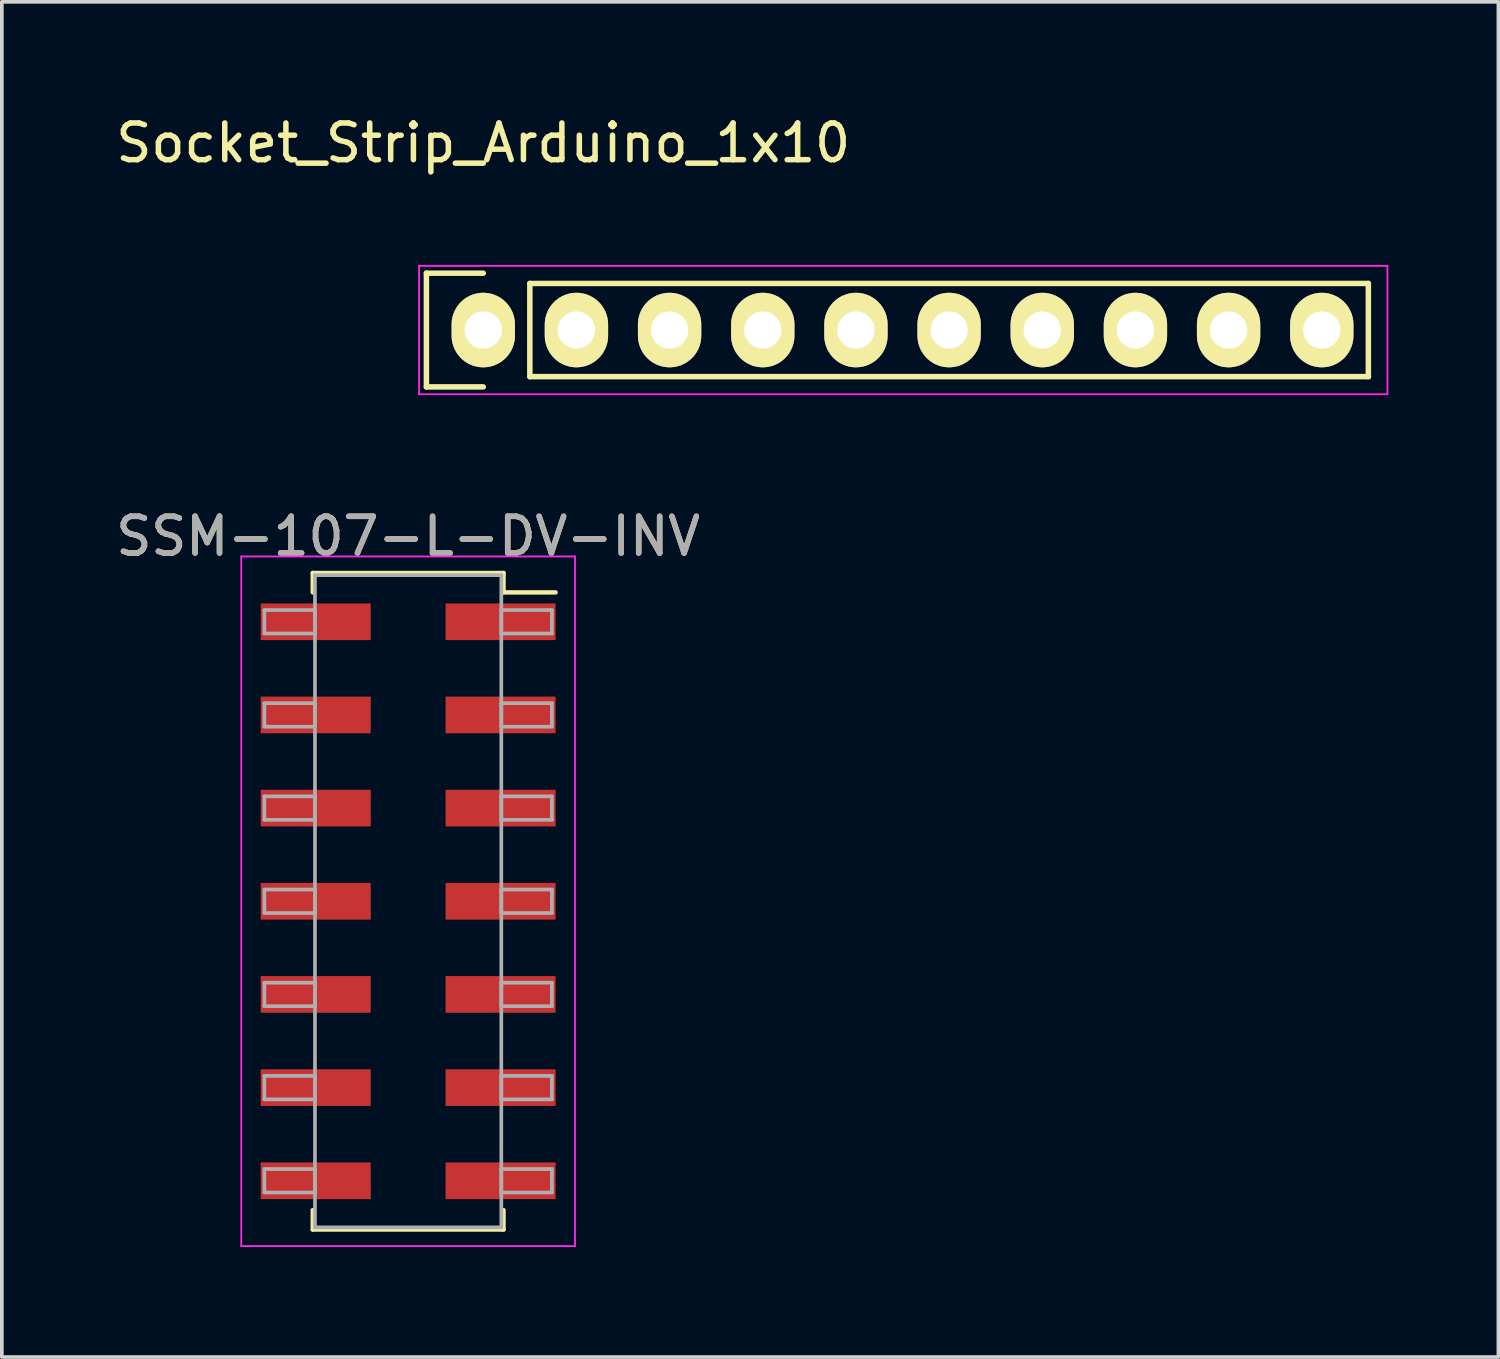
<source format=kicad_pcb>
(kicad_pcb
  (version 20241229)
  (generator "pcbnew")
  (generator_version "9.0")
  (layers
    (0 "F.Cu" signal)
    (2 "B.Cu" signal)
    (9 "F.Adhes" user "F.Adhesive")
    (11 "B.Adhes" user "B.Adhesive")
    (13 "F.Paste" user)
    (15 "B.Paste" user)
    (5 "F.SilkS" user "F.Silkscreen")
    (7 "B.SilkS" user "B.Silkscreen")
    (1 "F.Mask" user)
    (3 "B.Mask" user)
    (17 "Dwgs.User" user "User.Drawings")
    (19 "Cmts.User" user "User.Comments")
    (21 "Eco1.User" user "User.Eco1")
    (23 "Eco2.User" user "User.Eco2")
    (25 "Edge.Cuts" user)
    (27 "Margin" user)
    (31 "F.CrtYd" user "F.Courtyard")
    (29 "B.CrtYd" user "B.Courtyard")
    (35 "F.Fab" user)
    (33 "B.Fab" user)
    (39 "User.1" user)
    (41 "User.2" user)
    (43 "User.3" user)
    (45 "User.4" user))
  (footprint "Socket_Strip_Arduino_1x10"
    (layer "F.Cu")
    (at 10.125 5.948)
    (property "Reference" "Socket_Strip_Arduino_1x10" (at 0 -5.1 0) (layer "F.SilkS") (effects (font (size 1 1) (thickness 0.15))))
    (attr through_hole)
    (fp_line (start -1.55 -1.55) (end -1.55 1.55) (stroke (width 0.15) (type solid)) (layer "F.SilkS"))
    (fp_line (start -1.55 1.55) (end 0 1.55) (stroke (width 0.15) (type solid)) (layer "F.SilkS"))
    (fp_line (start 0 -1.55) (end -1.55 -1.55) (stroke (width 0.15) (type solid)) (layer "F.SilkS"))
    (fp_line (start 1.27 1.27) (end 1.27 -1.27) (stroke (width 0.15) (type solid)) (layer "F.SilkS"))
    (fp_line (start 1.27 1.27) (end 24.13 1.27) (stroke (width 0.15) (type solid)) (layer "F.SilkS"))
    (fp_line (start 24.13 -1.27) (end 1.27 -1.27) (stroke (width 0.15) (type solid)) (layer "F.SilkS"))
    (fp_line (start 24.13 1.27) (end 24.13 -1.27) (stroke (width 0.15) (type solid)) (layer "F.SilkS"))
    (fp_line (start -1.75 -1.75) (end -1.75 1.75) (stroke (width 0.05) (type solid)) (layer "F.CrtYd"))
    (fp_line (start -1.75 -1.75) (end 24.65 -1.75) (stroke (width 0.05) (type solid)) (layer "F.CrtYd"))
    (fp_line (start -1.75 1.75) (end 24.65 1.75) (stroke (width 0.05) (type solid)) (layer "F.CrtYd"))
    (fp_line (start 24.65 -1.75) (end 24.65 1.75) (stroke (width 0.05) (type solid)) (layer "F.CrtYd"))
    (pad "1" thru_hole oval (at 0 0) (size 1.727 2.032) (drill 1.016) (layers "*.Cu" "*.Mask" "F.SilkS"))
    (pad "2" thru_hole oval (at 2.54 0) (size 1.727 2.032) (drill 1.016) (layers "*.Cu" "*.Mask" "F.SilkS"))
    (pad "3" thru_hole oval (at 5.08 0) (size 1.727 2.032) (drill 1.016) (layers "*.Cu" "*.Mask" "F.SilkS"))
    (pad "4" thru_hole oval (at 7.62 0) (size 1.727 2.032) (drill 1.016) (layers "*.Cu" "*.Mask" "F.SilkS"))
    (pad "5" thru_hole oval (at 10.16 0) (size 1.727 2.032) (drill 1.016) (layers "*.Cu" "*.Mask" "F.SilkS"))
    (pad "6" thru_hole oval (at 12.7 0) (size 1.727 2.032) (drill 1.016) (layers "*.Cu" "*.Mask" "F.SilkS"))
    (pad "7" thru_hole oval (at 15.24 0) (size 1.727 2.032) (drill 1.016) (layers "*.Cu" "*.Mask" "F.SilkS"))
    (pad "8" thru_hole oval (at 17.78 0) (size 1.727 2.032) (drill 1.016) (layers "*.Cu" "*.Mask" "F.SilkS"))
    (pad "9" thru_hole oval (at 20.32 0) (size 1.727 2.032) (drill 1.016) (layers "*.Cu" "*.Mask" "F.SilkS"))
    (pad "10" thru_hole oval (at 22.86 0) (size 1.727 2.032) (drill 1.016) (layers "*.Cu" "*.Mask" "F.SilkS")))
  (footprint "SSM-107-L-DV-INV"
    (layer "F.Cu")
    (at 8.077 21.521)
    (property "Reference" "SSM-107-L-DV-INV" (at 0 -9.95 0) (layer "F.SilkS") (effects (font (size 1 1) (thickness 0.15))))
    (attr smd)
    (fp_line (start -2.6 -8.95) (end 2.6 -8.95) (stroke (width 0.12) (type solid)) (layer "F.SilkS"))
    (fp_line (start -2.6 -8.42) (end -2.6 -8.95) (stroke (width 0.12) (type solid)) (layer "F.SilkS"))
    (fp_line (start -2.6 8.42) (end -2.6 8.95) (stroke (width 0.12) (type solid)) (layer "F.SilkS"))
    (fp_line (start -2.6 8.95) (end 2.6 8.95) (stroke (width 0.12) (type solid)) (layer "F.SilkS"))
    (fp_line (start 2.6 -8.95) (end 2.6 -8.42) (stroke (width 0.12) (type solid)) (layer "F.SilkS"))
    (fp_line (start 2.6 8.95) (end 2.6 8.42) (stroke (width 0.12) (type solid)) (layer "F.SilkS"))
    (fp_line (start 4.02 -8.42) (end 2.6 -8.42) (stroke (width 0.12) (type solid)) (layer "F.SilkS"))
    (fp_line (start -4.55 -9.4) (end -4.55 9.4) (stroke (width 0.05) (type solid)) (layer "F.CrtYd"))
    (fp_line (start -4.55 9.4) (end 4.55 9.4) (stroke (width 0.05) (type solid)) (layer "F.CrtYd"))
    (fp_line (start 4.55 -9.4) (end -4.55 -9.4) (stroke (width 0.05) (type solid)) (layer "F.CrtYd"))
    (fp_line (start 4.55 9.4) (end 4.55 -9.4) (stroke (width 0.05) (type solid)) (layer "F.CrtYd"))
    (fp_line (start -3.92 -7.94) (end -2.54 -7.94) (stroke (width 0.1) (type solid)) (layer "F.Fab"))
    (fp_line (start -3.92 -7.3) (end -3.92 -7.94) (stroke (width 0.1) (type solid)) (layer "F.Fab"))
    (fp_line (start -3.92 -5.4) (end -2.54 -5.4) (stroke (width 0.1) (type solid)) (layer "F.Fab"))
    (fp_line (start -3.92 -4.76) (end -3.92 -5.4) (stroke (width 0.1) (type solid)) (layer "F.Fab"))
    (fp_line (start -3.92 -2.86) (end -2.54 -2.86) (stroke (width 0.1) (type solid)) (layer "F.Fab"))
    (fp_line (start -3.92 -2.22) (end -3.92 -2.86) (stroke (width 0.1) (type solid)) (layer "F.Fab"))
    (fp_line (start -3.92 -0.32) (end -2.54 -0.32) (stroke (width 0.1) (type solid)) (layer "F.Fab"))
    (fp_line (start -3.92 0.32) (end -3.92 -0.32) (stroke (width 0.1) (type solid)) (layer "F.Fab"))
    (fp_line (start -3.92 2.22) (end -2.54 2.22) (stroke (width 0.1) (type solid)) (layer "F.Fab"))
    (fp_line (start -3.92 2.86) (end -3.92 2.22) (stroke (width 0.1) (type solid)) (layer "F.Fab"))
    (fp_line (start -3.92 4.76) (end -2.54 4.76) (stroke (width 0.1) (type solid)) (layer "F.Fab"))
    (fp_line (start -3.92 5.4) (end -3.92 4.76) (stroke (width 0.1) (type solid)) (layer "F.Fab"))
    (fp_line (start -3.92 7.3) (end -2.54 7.3) (stroke (width 0.1) (type solid)) (layer "F.Fab"))
    (fp_line (start -3.92 7.94) (end -3.92 7.3) (stroke (width 0.1) (type solid)) (layer "F.Fab"))
    (fp_line (start -2.54 -8.89) (end -2.54 8.89) (stroke (width 0.1) (type solid)) (layer "F.Fab"))
    (fp_line (start -2.54 -7.94) (end -2.54 -7.3) (stroke (width 0.1) (type solid)) (layer "F.Fab"))
    (fp_line (start -2.54 -7.3) (end -3.92 -7.3) (stroke (width 0.1) (type solid)) (layer "F.Fab"))
    (fp_line (start -2.54 -5.4) (end -2.54 -4.76) (stroke (width 0.1) (type solid)) (layer "F.Fab"))
    (fp_line (start -2.54 -4.76) (end -3.92 -4.76) (stroke (width 0.1) (type solid)) (layer "F.Fab"))
    (fp_line (start -2.54 -2.86) (end -2.54 -2.22) (stroke (width 0.1) (type solid)) (layer "F.Fab"))
    (fp_line (start -2.54 -2.22) (end -3.92 -2.22) (stroke (width 0.1) (type solid)) (layer "F.Fab"))
    (fp_line (start -2.54 -0.32) (end -2.54 0.32) (stroke (width 0.1) (type solid)) (layer "F.Fab"))
    (fp_line (start -2.54 0.32) (end -3.92 0.32) (stroke (width 0.1) (type solid)) (layer "F.Fab"))
    (fp_line (start -2.54 2.22) (end -2.54 2.86) (stroke (width 0.1) (type solid)) (layer "F.Fab"))
    (fp_line (start -2.54 2.86) (end -3.92 2.86) (stroke (width 0.1) (type solid)) (layer "F.Fab"))
    (fp_line (start -2.54 4.76) (end -2.54 5.4) (stroke (width 0.1) (type solid)) (layer "F.Fab"))
    (fp_line (start -2.54 5.4) (end -3.92 5.4) (stroke (width 0.1) (type solid)) (layer "F.Fab"))
    (fp_line (start -2.54 7.3) (end -2.54 7.94) (stroke (width 0.1) (type solid)) (layer "F.Fab"))
    (fp_line (start -2.54 7.94) (end -3.92 7.94) (stroke (width 0.1) (type solid)) (layer "F.Fab"))
    (fp_line (start -2.54 8.89) (end 2.54 8.89) (stroke (width 0.1) (type solid)) (layer "F.Fab"))
    (fp_line (start 2.54 -8.89) (end -2.54 -8.89) (stroke (width 0.1) (type solid)) (layer "F.Fab"))
    (fp_line (start 2.54 -7.94) (end 2.54 -7.3) (stroke (width 0.1) (type solid)) (layer "F.Fab"))
    (fp_line (start 2.54 -7.3) (end 3.92 -7.3) (stroke (width 0.1) (type solid)) (layer "F.Fab"))
    (fp_line (start 2.54 -5.4) (end 2.54 -4.76) (stroke (width 0.1) (type solid)) (layer "F.Fab"))
    (fp_line (start 2.54 -4.76) (end 3.92 -4.76) (stroke (width 0.1) (type solid)) (layer "F.Fab"))
    (fp_line (start 2.54 -2.86) (end 2.54 -2.22) (stroke (width 0.1) (type solid)) (layer "F.Fab"))
    (fp_line (start 2.54 -2.22) (end 3.92 -2.22) (stroke (width 0.1) (type solid)) (layer "F.Fab"))
    (fp_line (start 2.54 -0.32) (end 2.54 0.32) (stroke (width 0.1) (type solid)) (layer "F.Fab"))
    (fp_line (start 2.54 0.32) (end 3.92 0.32) (stroke (width 0.1) (type solid)) (layer "F.Fab"))
    (fp_line (start 2.54 2.22) (end 2.54 2.86) (stroke (width 0.1) (type solid)) (layer "F.Fab"))
    (fp_line (start 2.54 2.86) (end 3.92 2.86) (stroke (width 0.1) (type solid)) (layer "F.Fab"))
    (fp_line (start 2.54 4.76) (end 2.54 5.4) (stroke (width 0.1) (type solid)) (layer "F.Fab"))
    (fp_line (start 2.54 5.4) (end 3.92 5.4) (stroke (width 0.1) (type solid)) (layer "F.Fab"))
    (fp_line (start 2.54 7.3) (end 2.54 7.94) (stroke (width 0.1) (type solid)) (layer "F.Fab"))
    (fp_line (start 2.54 7.94) (end 3.92 7.94) (stroke (width 0.1) (type solid)) (layer "F.Fab"))
    (fp_line (start 2.54 8.89) (end 2.54 -8.89) (stroke (width 0.1) (type solid)) (layer "F.Fab"))
    (fp_line (start 3.92 -7.94) (end 2.54 -7.94) (stroke (width 0.1) (type solid)) (layer "F.Fab"))
    (fp_line (start 3.92 -7.3) (end 3.92 -7.94) (stroke (width 0.1) (type solid)) (layer "F.Fab"))
    (fp_line (start 3.92 -5.4) (end 2.54 -5.4) (stroke (width 0.1) (type solid)) (layer "F.Fab"))
    (fp_line (start 3.92 -4.76) (end 3.92 -5.4) (stroke (width 0.1) (type solid)) (layer "F.Fab"))
    (fp_line (start 3.92 -2.86) (end 2.54 -2.86) (stroke (width 0.1) (type solid)) (layer "F.Fab"))
    (fp_line (start 3.92 -2.22) (end 3.92 -2.86) (stroke (width 0.1) (type solid)) (layer "F.Fab"))
    (fp_line (start 3.92 -0.32) (end 2.54 -0.32) (stroke (width 0.1) (type solid)) (layer "F.Fab"))
    (fp_line (start 3.92 0.32) (end 3.92 -0.32) (stroke (width 0.1) (type solid)) (layer "F.Fab"))
    (fp_line (start 3.92 2.22) (end 2.54 2.22) (stroke (width 0.1) (type solid)) (layer "F.Fab"))
    (fp_line (start 3.92 2.86) (end 3.92 2.22) (stroke (width 0.1) (type solid)) (layer "F.Fab"))
    (fp_line (start 3.92 4.76) (end 2.54 4.76) (stroke (width 0.1) (type solid)) (layer "F.Fab"))
    (fp_line (start 3.92 5.4) (end 3.92 4.76) (stroke (width 0.1) (type solid)) (layer "F.Fab"))
    (fp_line (start 3.92 7.3) (end 2.54 7.3) (stroke (width 0.1) (type solid)) (layer "F.Fab"))
    (fp_line (start 3.92 7.94) (end 3.92 7.3) (stroke (width 0.1) (type solid)) (layer "F.Fab"))
    (fp_text user "${REFERENCE}" (at 0 -9.95 0) (layer "F.Fab") (effects (font (size 1 1) (thickness 0.15))))
    (pad "1" smd rect (at -2.52 -7.62) (size 3 1) (layers "F.Cu" "F.Mask" "F.Paste"))
    (pad "2" smd rect (at 2.52 -7.62) (size 3 1) (layers "F.Cu" "F.Mask" "F.Paste"))
    (pad "3" smd rect (at -2.52 -5.08) (size 3 1) (layers "F.Cu" "F.Mask" "F.Paste"))
    (pad "4" smd rect (at 2.52 -5.08) (size 3 1) (layers "F.Cu" "F.Mask" "F.Paste"))
    (pad "5" smd rect (at -2.52 -2.54) (size 3 1) (layers "F.Cu" "F.Mask" "F.Paste"))
    (pad "6" smd rect (at 2.52 -2.54) (size 3 1) (layers "F.Cu" "F.Mask" "F.Paste"))
    (pad "7" smd rect (at -2.52 0) (size 3 1) (layers "F.Cu" "F.Mask" "F.Paste"))
    (pad "8" smd rect (at 2.52 0) (size 3 1) (layers "F.Cu" "F.Mask" "F.Paste"))
    (pad "9" smd rect (at -2.52 2.54) (size 3 1) (layers "F.Cu" "F.Mask" "F.Paste"))
    (pad "10" smd rect (at 2.52 2.54) (size 3 1) (layers "F.Cu" "F.Mask" "F.Paste"))
    (pad "11" smd rect (at -2.52 5.08) (size 3 1) (layers "F.Cu" "F.Mask" "F.Paste"))
    (pad "12" smd rect (at 2.52 5.08) (size 3 1) (layers "F.Cu" "F.Mask" "F.Paste"))
    (pad "13" smd rect (at -2.52 7.62) (size 3 1) (layers "F.Cu" "F.Mask" "F.Paste"))
    (pad "14" smd rect (at 2.52 7.62) (size 3 1) (layers "F.Cu" "F.Mask" "F.Paste")))
  (gr_rect
    (start -3 -3)
    (end 37.8 33.947)
    (stroke (width 0.1) (type default))
    (fill no)
    (layer "Edge.Cuts")))
</source>
